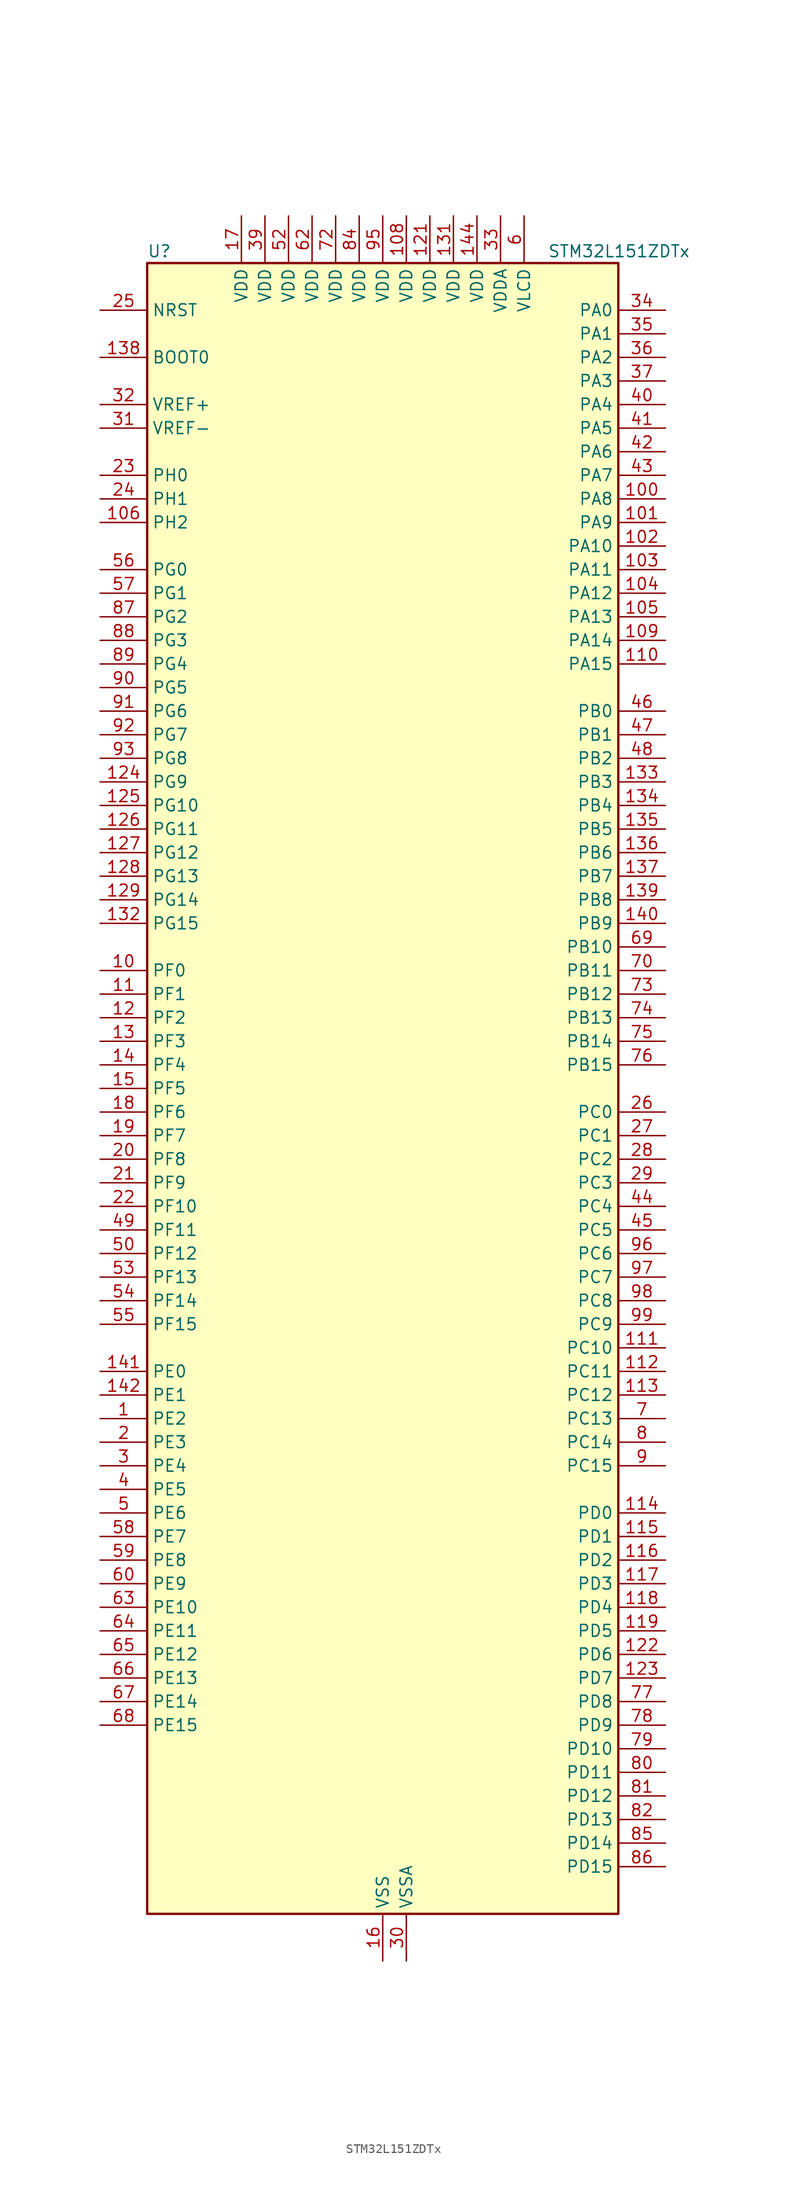
<source format=kicad_sym>
(kicad_symbol_lib
  (version 20241209)
  (generator "kicad_symbol_editor")
  (generator_version "9.0")
  (symbol "STM32L151ZDTx"
    (property "Reference" "U"
      (at -25.4 90.17 0)
      (effects (font (size 1.27 1.27)) (justify left)))
    (property "Value" "STM32L151ZDTx"
      (at 17.78 90.17 0)
      (effects (font (size 1.27 1.27)) (justify left)))
    (symbol "STM32L151ZDTx_0_1"
      (rectangle (start -25.4 -88.9) (end 25.4 88.9) (stroke (width 0.254) (type default)) (fill (type background))))
    (symbol "STM32L151ZDTx_1_1"
      (pin input line (at -30.48 83.82 0) (length 5.08) (name "NRST" (effects (font (size 1.27 1.27)))) (number "25" (effects (font (size 1.27 1.27)))))
      (pin input line (at -30.48 78.74 0) (length 5.08) (name "BOOT0" (effects (font (size 1.27 1.27)))) (number "138" (effects (font (size 1.27 1.27)))))
      (pin input line (at -30.48 73.66 0) (length 5.08) (name "VREF+" (effects (font (size 1.27 1.27)))) (number "32" (effects (font (size 1.27 1.27)))))
      (pin input line (at -30.48 71.12 0) (length 5.08) (name "VREF-" (effects (font (size 1.27 1.27)))) (number "31" (effects (font (size 1.27 1.27)))))
      (pin bidirectional line (at -30.48 66.04 0) (length 5.08) (name "PH0" (effects (font (size 1.27 1.27)))) (number "23" (effects (font (size 1.27 1.27)))) (alternate "RCC_OSC_IN" bidirectional line))
      (pin bidirectional line (at -30.48 63.5 0) (length 5.08) (name "PH1" (effects (font (size 1.27 1.27)))) (number "24" (effects (font (size 1.27 1.27)))) (alternate "RCC_OSC_OUT" bidirectional line))
      (pin bidirectional line (at -30.48 60.96 0) (length 5.08) (name "PH2" (effects (font (size 1.27 1.27)))) (number "106" (effects (font (size 1.27 1.27)))) (alternate "FSMC_A22" bidirectional line))
      (pin bidirectional line (at -30.48 55.88 0) (length 5.08) (name "PG0" (effects (font (size 1.27 1.27)))) (number "56" (effects (font (size 1.27 1.27)))) (alternate "ADC_IN8b" bidirectional line) (alternate "FSMC_A10" bidirectional line) (alternate "TS_G2_IO4" bidirectional line))
      (pin bidirectional line (at -30.48 53.34 0) (length 5.08) (name "PG1" (effects (font (size 1.27 1.27)))) (number "57" (effects (font (size 1.27 1.27)))) (alternate "ADC_IN9b" bidirectional line) (alternate "FSMC_A11" bidirectional line) (alternate "TS_G2_IO5" bidirectional line))
      (pin bidirectional line (at -30.48 50.8 0) (length 5.08) (name "PG2" (effects (font (size 1.27 1.27)))) (number "87" (effects (font (size 1.27 1.27)))) (alternate "ADC_IN10b" bidirectional line) (alternate "FSMC_A12" bidirectional line) (alternate "TS_G7_IO5" bidirectional line))
      (pin bidirectional line (at -30.48 48.26 0) (length 5.08) (name "PG3" (effects (font (size 1.27 1.27)))) (number "88" (effects (font (size 1.27 1.27)))) (alternate "ADC_IN11b" bidirectional line) (alternate "FSMC_A13" bidirectional line) (alternate "TS_G7_IO6" bidirectional line))
      (pin bidirectional line (at -30.48 45.72 0) (length 5.08) (name "PG4" (effects (font (size 1.27 1.27)))) (number "89" (effects (font (size 1.27 1.27)))) (alternate "ADC_IN12b" bidirectional line) (alternate "FSMC_A14" bidirectional line) (alternate "TS_G7_IO7" bidirectional line))
      (pin bidirectional line (at -30.48 43.18 0) (length 5.08) (name "PG5" (effects (font (size 1.27 1.27)))) (number "90" (effects (font (size 1.27 1.27)))) (alternate "FSMC_A15" bidirectional line))
      (pin bidirectional line (at -30.48 40.64 0) (length 5.08) (name "PG6" (effects (font (size 1.27 1.27)))) (number "91" (effects (font (size 1.27 1.27)))))
      (pin bidirectional line (at -30.48 38.1 0) (length 5.08) (name "PG7" (effects (font (size 1.27 1.27)))) (number "92" (effects (font (size 1.27 1.27)))))
      (pin bidirectional line (at -30.48 35.56 0) (length 5.08) (name "PG8" (effects (font (size 1.27 1.27)))) (number "93" (effects (font (size 1.27 1.27)))))
      (pin bidirectional line (at -30.48 33.02 0) (length 5.08) (name "PG9" (effects (font (size 1.27 1.27)))) (number "124" (effects (font (size 1.27 1.27)))) (alternate "DAC_EXTI9" bidirectional line) (alternate "FSMC_NE2" bidirectional line))
      (pin bidirectional line (at -30.48 30.48 0) (length 5.08) (name "PG10" (effects (font (size 1.27 1.27)))) (number "125" (effects (font (size 1.27 1.27)))) (alternate "FSMC_NE3" bidirectional line))
      (pin bidirectional line (at -30.48 27.94 0) (length 5.08) (name "PG11" (effects (font (size 1.27 1.27)))) (number "126" (effects (font (size 1.27 1.27)))) (alternate "ADC_EXTI11" bidirectional line))
      (pin bidirectional line (at -30.48 25.4 0) (length 5.08) (name "PG12" (effects (font (size 1.27 1.27)))) (number "127" (effects (font (size 1.27 1.27)))) (alternate "FSMC_NE4" bidirectional line))
      (pin bidirectional line (at -30.48 22.86 0) (length 5.08) (name "PG13" (effects (font (size 1.27 1.27)))) (number "128" (effects (font (size 1.27 1.27)))) (alternate "FSMC_A24" bidirectional line))
      (pin bidirectional line (at -30.48 20.32 0) (length 5.08) (name "PG14" (effects (font (size 1.27 1.27)))) (number "129" (effects (font (size 1.27 1.27)))) (alternate "FSMC_A25" bidirectional line))
      (pin bidirectional line (at -30.48 17.78 0) (length 5.08) (name "PG15" (effects (font (size 1.27 1.27)))) (number "132" (effects (font (size 1.27 1.27)))) (alternate "ADC_EXTI15" bidirectional line))
      (pin bidirectional line (at -30.48 12.7 0) (length 5.08) (name "PF0" (effects (font (size 1.27 1.27)))) (number "10" (effects (font (size 1.27 1.27)))) (alternate "FSMC_A0" bidirectional line))
      (pin bidirectional line (at -30.48 10.16 0) (length 5.08) (name "PF1" (effects (font (size 1.27 1.27)))) (number "11" (effects (font (size 1.27 1.27)))) (alternate "FSMC_A1" bidirectional line))
      (pin bidirectional line (at -30.48 7.62 0) (length 5.08) (name "PF2" (effects (font (size 1.27 1.27)))) (number "12" (effects (font (size 1.27 1.27)))) (alternate "FSMC_A2" bidirectional line))
      (pin bidirectional line (at -30.48 5.08 0) (length 5.08) (name "PF3" (effects (font (size 1.27 1.27)))) (number "13" (effects (font (size 1.27 1.27)))) (alternate "FSMC_A3" bidirectional line))
      (pin bidirectional line (at -30.48 2.54 0) (length 5.08) (name "PF4" (effects (font (size 1.27 1.27)))) (number "14" (effects (font (size 1.27 1.27)))) (alternate "FSMC_A4" bidirectional line))
      (pin bidirectional line (at -30.48 0 0) (length 5.08) (name "PF5" (effects (font (size 1.27 1.27)))) (number "15" (effects (font (size 1.27 1.27)))) (alternate "FSMC_A5" bidirectional line))
      (pin bidirectional line (at -30.48 -2.54 0) (length 5.08) (name "PF6" (effects (font (size 1.27 1.27)))) (number "18" (effects (font (size 1.27 1.27)))) (alternate "ADC_IN27" bidirectional line) (alternate "TIM5_CH1" bidirectional line) (alternate "TIM5_ETR" bidirectional line) (alternate "TS_G11_IO1" bidirectional line))
      (pin bidirectional line (at -30.48 -5.08 0) (length 5.08) (name "PF7" (effects (font (size 1.27 1.27)))) (number "19" (effects (font (size 1.27 1.27)))) (alternate "ADC_IN28" bidirectional line) (alternate "COMP1_INP" bidirectional line) (alternate "TIM5_CH2" bidirectional line) (alternate "TS_G11_IO2" bidirectional line))
      (pin bidirectional line (at -30.48 -7.62 0) (length 5.08) (name "PF8" (effects (font (size 1.27 1.27)))) (number "20" (effects (font (size 1.27 1.27)))) (alternate "ADC_IN29" bidirectional line) (alternate "COMP1_INP" bidirectional line) (alternate "TIM5_CH3" bidirectional line) (alternate "TS_G11_IO3" bidirectional line))
      (pin bidirectional line (at -30.48 -10.16 0) (length 5.08) (name "PF9" (effects (font (size 1.27 1.27)))) (number "21" (effects (font (size 1.27 1.27)))) (alternate "ADC_IN30" bidirectional line) (alternate "COMP1_INP" bidirectional line) (alternate "DAC_EXTI9" bidirectional line) (alternate "TIM5_CH4" bidirectional line) (alternate "TS_G11_IO4" bidirectional line))
      (pin bidirectional line (at -30.48 -12.7 0) (length 5.08) (name "PF10" (effects (font (size 1.27 1.27)))) (number "22" (effects (font (size 1.27 1.27)))) (alternate "ADC_IN31" bidirectional line) (alternate "COMP1_INP" bidirectional line) (alternate "TS_G11_IO5" bidirectional line))
      (pin bidirectional line (at -30.48 -15.24 0) (length 5.08) (name "PF11" (effects (font (size 1.27 1.27)))) (number "49" (effects (font (size 1.27 1.27)))) (alternate "ADC_EXTI11" bidirectional line) (alternate "ADC_IN1b" bidirectional line) (alternate "TS_G3_IO4" bidirectional line))
      (pin bidirectional line (at -30.48 -17.78 0) (length 5.08) (name "PF12" (effects (font (size 1.27 1.27)))) (number "50" (effects (font (size 1.27 1.27)))) (alternate "ADC_IN2b" bidirectional line) (alternate "FSMC_A6" bidirectional line) (alternate "TS_G3_IO5" bidirectional line))
      (pin bidirectional line (at -30.48 -20.32 0) (length 5.08) (name "PF13" (effects (font (size 1.27 1.27)))) (number "53" (effects (font (size 1.27 1.27)))) (alternate "ADC_IN3b" bidirectional line) (alternate "FSMC_A7" bidirectional line) (alternate "TS_G9_IO3" bidirectional line))
      (pin bidirectional line (at -30.48 -22.86 0) (length 5.08) (name "PF14" (effects (font (size 1.27 1.27)))) (number "54" (effects (font (size 1.27 1.27)))) (alternate "ADC_IN6b" bidirectional line) (alternate "FSMC_A8" bidirectional line) (alternate "TS_G9_IO4" bidirectional line))
      (pin bidirectional line (at -30.48 -25.4 0) (length 5.08) (name "PF15" (effects (font (size 1.27 1.27)))) (number "55" (effects (font (size 1.27 1.27)))) (alternate "ADC_EXTI15" bidirectional line) (alternate "ADC_IN7b" bidirectional line) (alternate "FSMC_A9" bidirectional line) (alternate "TS_G2_IO3" bidirectional line))
      (pin bidirectional line (at -30.48 -30.48 0) (length 5.08) (name "PE0" (effects (font (size 1.27 1.27)))) (number "141" (effects (font (size 1.27 1.27)))) (alternate "FSMC_NBL0" bidirectional line) (alternate "TIM10_CH1" bidirectional line) (alternate "TIM4_ETR" bidirectional line) (alternate "TIMX_IC1" bidirectional line))
      (pin bidirectional line (at -30.48 -33.02 0) (length 5.08) (name "PE1" (effects (font (size 1.27 1.27)))) (number "142" (effects (font (size 1.27 1.27)))) (alternate "FSMC_NBL1" bidirectional line) (alternate "TIM11_CH1" bidirectional line) (alternate "TIMX_IC2" bidirectional line))
      (pin bidirectional line (at -30.48 -35.56 0) (length 5.08) (name "PE2" (effects (font (size 1.27 1.27)))) (number "1" (effects (font (size 1.27 1.27)))) (alternate "FSMC_A23" bidirectional line) (alternate "SYS_TRACECK" bidirectional line) (alternate "TIM3_ETR" bidirectional line) (alternate "TIMX_IC3" bidirectional line))
      (pin bidirectional line (at -30.48 -38.1 0) (length 5.08) (name "PE3" (effects (font (size 1.27 1.27)))) (number "2" (effects (font (size 1.27 1.27)))) (alternate "FSMC_A19" bidirectional line) (alternate "SYS_TRACED0" bidirectional line) (alternate "TIM3_CH1" bidirectional line) (alternate "TIMX_IC4" bidirectional line))
      (pin bidirectional line (at -30.48 -40.64 0) (length 5.08) (name "PE4" (effects (font (size 1.27 1.27)))) (number "3" (effects (font (size 1.27 1.27)))) (alternate "FSMC_A20" bidirectional line) (alternate "SYS_TRACED1" bidirectional line) (alternate "TIM3_CH2" bidirectional line) (alternate "TIMX_IC1" bidirectional line))
      (pin bidirectional line (at -30.48 -43.18 0) (length 5.08) (name "PE5" (effects (font (size 1.27 1.27)))) (number "4" (effects (font (size 1.27 1.27)))) (alternate "FSMC_A21" bidirectional line) (alternate "SYS_TRACED2" bidirectional line) (alternate "TIM9_CH1" bidirectional line) (alternate "TIMX_IC2" bidirectional line))
      (pin bidirectional line (at -30.48 -45.72 0) (length 5.08) (name "PE6" (effects (font (size 1.27 1.27)))) (number "5" (effects (font (size 1.27 1.27)))) (alternate "RTC_TAMP3" bidirectional line) (alternate "SYS_TRACED3" bidirectional line) (alternate "SYS_WKUP3" bidirectional line) (alternate "TIM9_CH2" bidirectional line) (alternate "TIMX_IC3" bidirectional line))
      (pin bidirectional line (at -30.48 -48.26 0) (length 5.08) (name "PE7" (effects (font (size 1.27 1.27)))) (number "58" (effects (font (size 1.27 1.27)))) (alternate "ADC_IN22" bidirectional line) (alternate "COMP1_INP" bidirectional line) (alternate "FSMC_D4" bidirectional line) (alternate "FSMC_DA4" bidirectional line) (alternate "TIMX_IC4" bidirectional line))
      (pin bidirectional line (at -30.48 -50.8 0) (length 5.08) (name "PE8" (effects (font (size 1.27 1.27)))) (number "59" (effects (font (size 1.27 1.27)))) (alternate "ADC_IN23" bidirectional line) (alternate "COMP1_INP" bidirectional line) (alternate "FSMC_D5" bidirectional line) (alternate "FSMC_DA5" bidirectional line) (alternate "TIMX_IC1" bidirectional line))
      (pin bidirectional line (at -30.48 -53.34 0) (length 5.08) (name "PE9" (effects (font (size 1.27 1.27)))) (number "60" (effects (font (size 1.27 1.27)))) (alternate "ADC_IN24" bidirectional line) (alternate "COMP1_INP" bidirectional line) (alternate "DAC_EXTI9" bidirectional line) (alternate "FSMC_D6" bidirectional line) (alternate "FSMC_DA6" bidirectional line) (alternate "TIM2_CH1" bidirectional line) (alternate "TIM2_ETR" bidirectional line) (alternate "TIMX_IC2" bidirectional line))
      (pin bidirectional line (at -30.48 -55.88 0) (length 5.08) (name "PE10" (effects (font (size 1.27 1.27)))) (number "63" (effects (font (size 1.27 1.27)))) (alternate "ADC_IN25" bidirectional line) (alternate "COMP1_INP" bidirectional line) (alternate "FSMC_D7" bidirectional line) (alternate "FSMC_DA7" bidirectional line) (alternate "TIM2_CH2" bidirectional line) (alternate "TIMX_IC3" bidirectional line))
      (pin bidirectional line (at -30.48 -58.42 0) (length 5.08) (name "PE11" (effects (font (size 1.27 1.27)))) (number "64" (effects (font (size 1.27 1.27)))) (alternate "ADC_EXTI11" bidirectional line) (alternate "FSMC_D8" bidirectional line) (alternate "FSMC_DA8" bidirectional line) (alternate "TIM2_CH3" bidirectional line) (alternate "TIMX_IC4" bidirectional line))
      (pin bidirectional line (at -30.48 -60.96 0) (length 5.08) (name "PE12" (effects (font (size 1.27 1.27)))) (number "65" (effects (font (size 1.27 1.27)))) (alternate "FSMC_D9" bidirectional line) (alternate "FSMC_DA9" bidirectional line) (alternate "SPI1_NSS" bidirectional line) (alternate "TIM2_CH4" bidirectional line) (alternate "TIMX_IC1" bidirectional line))
      (pin bidirectional line (at -30.48 -63.5 0) (length 5.08) (name "PE13" (effects (font (size 1.27 1.27)))) (number "66" (effects (font (size 1.27 1.27)))) (alternate "FSMC_D10" bidirectional line) (alternate "FSMC_DA10" bidirectional line) (alternate "SPI1_SCK" bidirectional line) (alternate "TIMX_IC2" bidirectional line))
      (pin bidirectional line (at -30.48 -66.04 0) (length 5.08) (name "PE14" (effects (font (size 1.27 1.27)))) (number "67" (effects (font (size 1.27 1.27)))) (alternate "FSMC_D11" bidirectional line) (alternate "FSMC_DA11" bidirectional line) (alternate "SPI1_MISO" bidirectional line) (alternate "TIMX_IC3" bidirectional line))
      (pin bidirectional line (at -30.48 -68.58 0) (length 5.08) (name "PE15" (effects (font (size 1.27 1.27)))) (number "68" (effects (font (size 1.27 1.27)))) (alternate "ADC_EXTI15" bidirectional line) (alternate "FSMC_D12" bidirectional line) (alternate "FSMC_DA12" bidirectional line) (alternate "SPI1_MOSI" bidirectional line) (alternate "TIMX_IC4" bidirectional line))
      (pin power_in line (at -15.24 93.98 270) (length 5.08) (name "VDD" (effects (font (size 1.27 1.27)))) (number "17" (effects (font (size 1.27 1.27)))))
      (pin power_in line (at -12.7 93.98 270) (length 5.08) (name "VDD" (effects (font (size 1.27 1.27)))) (number "39" (effects (font (size 1.27 1.27)))))
      (pin power_in line (at -10.16 93.98 270) (length 5.08) (name "VDD" (effects (font (size 1.27 1.27)))) (number "52" (effects (font (size 1.27 1.27)))))
      (pin power_in line (at -7.62 93.98 270) (length 5.08) (name "VDD" (effects (font (size 1.27 1.27)))) (number "62" (effects (font (size 1.27 1.27)))))
      (pin power_in line (at -5.08 93.98 270) (length 5.08) (name "VDD" (effects (font (size 1.27 1.27)))) (number "72" (effects (font (size 1.27 1.27)))))
      (pin power_in line (at -2.54 93.98 270) (length 5.08) (name "VDD" (effects (font (size 1.27 1.27)))) (number "84" (effects (font (size 1.27 1.27)))))
      (pin power_in line (at 0 93.98 270) (length 5.08) (name "VDD" (effects (font (size 1.27 1.27)))) (number "95" (effects (font (size 1.27 1.27)))))
      (pin passive line (at 0 -93.98 90) (length 5.08) (hide yes) (name "VSS" (effects (font (size 1.27 1.27)))) (number "107" (effects (font (size 1.27 1.27)))))
      (pin passive line (at 0 -93.98 90) (length 5.08) (hide yes) (name "VSS" (effects (font (size 1.27 1.27)))) (number "120" (effects (font (size 1.27 1.27)))))
      (pin passive line (at 0 -93.98 90) (length 5.08) (hide yes) (name "VSS" (effects (font (size 1.27 1.27)))) (number "130" (effects (font (size 1.27 1.27)))))
      (pin passive line (at 0 -93.98 90) (length 5.08) (hide yes) (name "VSS" (effects (font (size 1.27 1.27)))) (number "143" (effects (font (size 1.27 1.27)))))
      (pin power_in line (at 0 -93.98 90) (length 5.08) (name "VSS" (effects (font (size 1.27 1.27)))) (number "16" (effects (font (size 1.27 1.27)))))
      (pin passive line (at 0 -93.98 90) (length 5.08) (hide yes) (name "VSS" (effects (font (size 1.27 1.27)))) (number "38" (effects (font (size 1.27 1.27)))))
      (pin passive line (at 0 -93.98 90) (length 5.08) (hide yes) (name "VSS" (effects (font (size 1.27 1.27)))) (number "51" (effects (font (size 1.27 1.27)))))
      (pin passive line (at 0 -93.98 90) (length 5.08) (hide yes) (name "VSS" (effects (font (size 1.27 1.27)))) (number "61" (effects (font (size 1.27 1.27)))))
      (pin passive line (at 0 -93.98 90) (length 5.08) (hide yes) (name "VSS" (effects (font (size 1.27 1.27)))) (number "71" (effects (font (size 1.27 1.27)))))
      (pin passive line (at 0 -93.98 90) (length 5.08) (hide yes) (name "VSS" (effects (font (size 1.27 1.27)))) (number "83" (effects (font (size 1.27 1.27)))))
      (pin passive line (at 0 -93.98 90) (length 5.08) (hide yes) (name "VSS" (effects (font (size 1.27 1.27)))) (number "94" (effects (font (size 1.27 1.27)))))
      (pin power_in line (at 2.54 93.98 270) (length 5.08) (name "VDD" (effects (font (size 1.27 1.27)))) (number "108" (effects (font (size 1.27 1.27)))))
      (pin power_in line (at 2.54 -93.98 90) (length 5.08) (name "VSSA" (effects (font (size 1.27 1.27)))) (number "30" (effects (font (size 1.27 1.27)))))
      (pin power_in line (at 5.08 93.98 270) (length 5.08) (name "VDD" (effects (font (size 1.27 1.27)))) (number "121" (effects (font (size 1.27 1.27)))))
      (pin power_in line (at 7.62 93.98 270) (length 5.08) (name "VDD" (effects (font (size 1.27 1.27)))) (number "131" (effects (font (size 1.27 1.27)))))
      (pin power_in line (at 10.16 93.98 270) (length 5.08) (name "VDD" (effects (font (size 1.27 1.27)))) (number "144" (effects (font (size 1.27 1.27)))))
      (pin power_in line (at 12.7 93.98 270) (length 5.08) (name "VDDA" (effects (font (size 1.27 1.27)))) (number "33" (effects (font (size 1.27 1.27)))))
      (pin power_in line (at 15.24 93.98 270) (length 5.08) (name "VLCD" (effects (font (size 1.27 1.27)))) (number "6" (effects (font (size 1.27 1.27)))))
      (pin bidirectional line (at 30.48 83.82 180) (length 5.08) (name "PA0" (effects (font (size 1.27 1.27)))) (number "34" (effects (font (size 1.27 1.27)))) (alternate "ADC_IN0" bidirectional line) (alternate "COMP1_INP" bidirectional line) (alternate "RTC_TAMP2" bidirectional line) (alternate "SYS_WKUP1" bidirectional line) (alternate "TIM2_CH1" bidirectional line) (alternate "TIM2_ETR" bidirectional line) (alternate "TIM5_CH1" bidirectional line) (alternate "TIMX_IC1" bidirectional line) (alternate "TS_G1_IO1" bidirectional line) (alternate "USART2_CTS" bidirectional line))
      (pin bidirectional line (at 30.48 81.28 180) (length 5.08) (name "PA1" (effects (font (size 1.27 1.27)))) (number "35" (effects (font (size 1.27 1.27)))) (alternate "ADC_IN1" bidirectional line) (alternate "COMP1_INP" bidirectional line) (alternate "OPAMP1_VINP" bidirectional line) (alternate "TIM2_CH2" bidirectional line) (alternate "TIM5_CH2" bidirectional line) (alternate "TIMX_IC2" bidirectional line) (alternate "TS_G1_IO2" bidirectional line) (alternate "USART2_RTS" bidirectional line))
      (pin bidirectional line (at 30.48 78.74 180) (length 5.08) (name "PA2" (effects (font (size 1.27 1.27)))) (number "36" (effects (font (size 1.27 1.27)))) (alternate "ADC_IN2" bidirectional line) (alternate "COMP1_INP" bidirectional line) (alternate "OPAMP1_VINM" bidirectional line) (alternate "TIM2_CH3" bidirectional line) (alternate "TIM5_CH3" bidirectional line) (alternate "TIM9_CH1" bidirectional line) (alternate "TIMX_IC3" bidirectional line) (alternate "TS_G1_IO3" bidirectional line) (alternate "USART2_TX" bidirectional line))
      (pin bidirectional line (at 30.48 76.2 180) (length 5.08) (name "PA3" (effects (font (size 1.27 1.27)))) (number "37" (effects (font (size 1.27 1.27)))) (alternate "ADC_IN3" bidirectional line) (alternate "COMP1_INP" bidirectional line) (alternate "OPAMP1_VOUT" bidirectional line) (alternate "TIM2_CH4" bidirectional line) (alternate "TIM5_CH4" bidirectional line) (alternate "TIM9_CH2" bidirectional line) (alternate "TIMX_IC4" bidirectional line) (alternate "TS_G1_IO4" bidirectional line) (alternate "USART2_RX" bidirectional line))
      (pin bidirectional line (at 30.48 73.66 180) (length 5.08) (name "PA4" (effects (font (size 1.27 1.27)))) (number "40" (effects (font (size 1.27 1.27)))) (alternate "ADC_IN4" bidirectional line) (alternate "COMP1_INP" bidirectional line) (alternate "DAC_OUT1" bidirectional line) (alternate "I2S3_WS" bidirectional line) (alternate "SPI1_NSS" bidirectional line) (alternate "SPI3_NSS" bidirectional line) (alternate "TIMX_IC1" bidirectional line) (alternate "USART2_CK" bidirectional line))
      (pin bidirectional line (at 30.48 71.12 180) (length 5.08) (name "PA5" (effects (font (size 1.27 1.27)))) (number "41" (effects (font (size 1.27 1.27)))) (alternate "ADC_IN5" bidirectional line) (alternate "COMP1_INP" bidirectional line) (alternate "DAC_OUT2" bidirectional line) (alternate "SPI1_SCK" bidirectional line) (alternate "TIM2_CH1" bidirectional line) (alternate "TIM2_ETR" bidirectional line) (alternate "TIMX_IC2" bidirectional line))
      (pin bidirectional line (at 30.48 68.58 180) (length 5.08) (name "PA6" (effects (font (size 1.27 1.27)))) (number "42" (effects (font (size 1.27 1.27)))) (alternate "ADC_IN6" bidirectional line) (alternate "COMP1_INP" bidirectional line) (alternate "OPAMP2_VINP" bidirectional line) (alternate "SPI1_MISO" bidirectional line) (alternate "TIM10_CH1" bidirectional line) (alternate "TIM3_CH1" bidirectional line) (alternate "TIMX_IC3" bidirectional line) (alternate "TS_G2_IO1" bidirectional line))
      (pin bidirectional line (at 30.48 66.04 180) (length 5.08) (name "PA7" (effects (font (size 1.27 1.27)))) (number "43" (effects (font (size 1.27 1.27)))) (alternate "ADC_IN7" bidirectional line) (alternate "COMP1_INP" bidirectional line) (alternate "OPAMP2_VINM" bidirectional line) (alternate "SPI1_MOSI" bidirectional line) (alternate "TIM11_CH1" bidirectional line) (alternate "TIM3_CH2" bidirectional line) (alternate "TIMX_IC4" bidirectional line) (alternate "TS_G2_IO2" bidirectional line))
      (pin bidirectional line (at 30.48 63.5 180) (length 5.08) (name "PA8" (effects (font (size 1.27 1.27)))) (number "100" (effects (font (size 1.27 1.27)))) (alternate "RCC_MCO" bidirectional line) (alternate "TIMX_IC1" bidirectional line) (alternate "TS_G4_IO1" bidirectional line) (alternate "USART1_CK" bidirectional line))
      (pin bidirectional line (at 30.48 60.96 180) (length 5.08) (name "PA9" (effects (font (size 1.27 1.27)))) (number "101" (effects (font (size 1.27 1.27)))) (alternate "DAC_EXTI9" bidirectional line) (alternate "TIMX_IC2" bidirectional line) (alternate "TS_G4_IO2" bidirectional line) (alternate "USART1_TX" bidirectional line))
      (pin bidirectional line (at 30.48 58.42 180) (length 5.08) (name "PA10" (effects (font (size 1.27 1.27)))) (number "102" (effects (font (size 1.27 1.27)))) (alternate "TIMX_IC3" bidirectional line) (alternate "TS_G4_IO3" bidirectional line) (alternate "USART1_RX" bidirectional line))
      (pin bidirectional line (at 30.48 55.88 180) (length 5.08) (name "PA11" (effects (font (size 1.27 1.27)))) (number "103" (effects (font (size 1.27 1.27)))) (alternate "ADC_EXTI11" bidirectional line) (alternate "SPI1_MISO" bidirectional line) (alternate "TIMX_IC4" bidirectional line) (alternate "USART1_CTS" bidirectional line) (alternate "USB_DM" bidirectional line))
      (pin bidirectional line (at 30.48 53.34 180) (length 5.08) (name "PA12" (effects (font (size 1.27 1.27)))) (number "104" (effects (font (size 1.27 1.27)))) (alternate "SPI1_MOSI" bidirectional line) (alternate "TIMX_IC1" bidirectional line) (alternate "USART1_RTS" bidirectional line) (alternate "USB_DP" bidirectional line))
      (pin bidirectional line (at 30.48 50.8 180) (length 5.08) (name "PA13" (effects (font (size 1.27 1.27)))) (number "105" (effects (font (size 1.27 1.27)))) (alternate "SYS_JTMS-SWDIO" bidirectional line) (alternate "TIMX_IC2" bidirectional line) (alternate "TS_G5_IO1" bidirectional line))
      (pin bidirectional line (at 30.48 48.26 180) (length 5.08) (name "PA14" (effects (font (size 1.27 1.27)))) (number "109" (effects (font (size 1.27 1.27)))) (alternate "SYS_JTCK-SWCLK" bidirectional line) (alternate "TIMX_IC3" bidirectional line) (alternate "TS_G5_IO2" bidirectional line))
      (pin bidirectional line (at 30.48 45.72 180) (length 5.08) (name "PA15" (effects (font (size 1.27 1.27)))) (number "110" (effects (font (size 1.27 1.27)))) (alternate "ADC_EXTI15" bidirectional line) (alternate "I2S3_WS" bidirectional line) (alternate "SPI1_NSS" bidirectional line) (alternate "SPI3_NSS" bidirectional line) (alternate "SYS_JTDI" bidirectional line) (alternate "TIM2_CH1" bidirectional line) (alternate "TIM2_ETR" bidirectional line) (alternate "TIMX_IC4" bidirectional line) (alternate "TS_G5_IO3" bidirectional line))
      (pin bidirectional line (at 30.48 40.64 180) (length 5.08) (name "PB0" (effects (font (size 1.27 1.27)))) (number "46" (effects (font (size 1.27 1.27)))) (alternate "ADC_IN8" bidirectional line) (alternate "COMP1_INP" bidirectional line) (alternate "OPAMP2_VOUT" bidirectional line) (alternate "SYS_V_REF_OUT" bidirectional line) (alternate "TIM3_CH3" bidirectional line) (alternate "TS_G3_IO1" bidirectional line))
      (pin bidirectional line (at 30.48 38.1 180) (length 5.08) (name "PB1" (effects (font (size 1.27 1.27)))) (number "47" (effects (font (size 1.27 1.27)))) (alternate "ADC_IN9" bidirectional line) (alternate "COMP1_INP" bidirectional line) (alternate "SYS_V_REF_OUT" bidirectional line) (alternate "TIM3_CH4" bidirectional line) (alternate "TS_G3_IO2" bidirectional line))
      (pin bidirectional line (at 30.48 35.56 180) (length 5.08) (name "PB2" (effects (font (size 1.27 1.27)))) (number "48" (effects (font (size 1.27 1.27)))) (alternate "ADC_IN0b" bidirectional line) (alternate "TS_G3_IO3" bidirectional line))
      (pin bidirectional line (at 30.48 33.02 180) (length 5.08) (name "PB3" (effects (font (size 1.27 1.27)))) (number "133" (effects (font (size 1.27 1.27)))) (alternate "COMP2_INM" bidirectional line) (alternate "I2S3_CK" bidirectional line) (alternate "SPI1_SCK" bidirectional line) (alternate "SPI3_SCK" bidirectional line) (alternate "SYS_JTDO-TRACESWO" bidirectional line) (alternate "TIM2_CH2" bidirectional line))
      (pin bidirectional line (at 30.48 30.48 180) (length 5.08) (name "PB4" (effects (font (size 1.27 1.27)))) (number "134" (effects (font (size 1.27 1.27)))) (alternate "COMP2_INP" bidirectional line) (alternate "SPI1_MISO" bidirectional line) (alternate "SPI3_MISO" bidirectional line) (alternate "SYS_JTRST" bidirectional line) (alternate "TIM3_CH1" bidirectional line) (alternate "TS_G6_IO1" bidirectional line))
      (pin bidirectional line (at 30.48 27.94 180) (length 5.08) (name "PB5" (effects (font (size 1.27 1.27)))) (number "135" (effects (font (size 1.27 1.27)))) (alternate "COMP2_INP" bidirectional line) (alternate "I2C1_SMBA" bidirectional line) (alternate "I2S3_SD" bidirectional line) (alternate "SPI1_MOSI" bidirectional line) (alternate "SPI3_MOSI" bidirectional line) (alternate "TIM3_CH2" bidirectional line) (alternate "TS_G6_IO2" bidirectional line))
      (pin bidirectional line (at 30.48 25.4 180) (length 5.08) (name "PB6" (effects (font (size 1.27 1.27)))) (number "136" (effects (font (size 1.27 1.27)))) (alternate "COMP2_INP" bidirectional line) (alternate "I2C1_SCL" bidirectional line) (alternate "TIM4_CH1" bidirectional line) (alternate "TS_G6_IO3" bidirectional line) (alternate "USART1_TX" bidirectional line))
      (pin bidirectional line (at 30.48 22.86 180) (length 5.08) (name "PB7" (effects (font (size 1.27 1.27)))) (number "137" (effects (font (size 1.27 1.27)))) (alternate "COMP2_INP" bidirectional line) (alternate "FSMC_NL" bidirectional line) (alternate "I2C1_SDA" bidirectional line) (alternate "SYS_PVD_IN" bidirectional line) (alternate "TIM4_CH2" bidirectional line) (alternate "TS_G6_IO4" bidirectional line) (alternate "USART1_RX" bidirectional line))
      (pin bidirectional line (at 30.48 20.32 180) (length 5.08) (name "PB8" (effects (font (size 1.27 1.27)))) (number "139" (effects (font (size 1.27 1.27)))) (alternate "I2C1_SCL" bidirectional line) (alternate "SDIO_D4" bidirectional line) (alternate "TIM10_CH1" bidirectional line) (alternate "TIM4_CH3" bidirectional line))
      (pin bidirectional line (at 30.48 17.78 180) (length 5.08) (name "PB9" (effects (font (size 1.27 1.27)))) (number "140" (effects (font (size 1.27 1.27)))) (alternate "DAC_EXTI9" bidirectional line) (alternate "I2C1_SDA" bidirectional line) (alternate "SDIO_D5" bidirectional line) (alternate "TIM11_CH1" bidirectional line) (alternate "TIM4_CH4" bidirectional line))
      (pin bidirectional line (at 30.48 15.24 180) (length 5.08) (name "PB10" (effects (font (size 1.27 1.27)))) (number "69" (effects (font (size 1.27 1.27)))) (alternate "I2C2_SCL" bidirectional line) (alternate "TIM2_CH3" bidirectional line) (alternate "USART3_TX" bidirectional line))
      (pin bidirectional line (at 30.48 12.7 180) (length 5.08) (name "PB11" (effects (font (size 1.27 1.27)))) (number "70" (effects (font (size 1.27 1.27)))) (alternate "ADC_EXTI11" bidirectional line) (alternate "I2C2_SDA" bidirectional line) (alternate "TIM2_CH4" bidirectional line) (alternate "USART3_RX" bidirectional line))
      (pin bidirectional line (at 30.48 10.16 180) (length 5.08) (name "PB12" (effects (font (size 1.27 1.27)))) (number "73" (effects (font (size 1.27 1.27)))) (alternate "ADC_IN18" bidirectional line) (alternate "COMP1_INP" bidirectional line) (alternate "I2C2_SMBA" bidirectional line) (alternate "I2S2_WS" bidirectional line) (alternate "SPI2_NSS" bidirectional line) (alternate "TIM10_CH1" bidirectional line) (alternate "TS_G7_IO1" bidirectional line) (alternate "USART3_CK" bidirectional line))
      (pin bidirectional line (at 30.48 7.62 180) (length 5.08) (name "PB13" (effects (font (size 1.27 1.27)))) (number "74" (effects (font (size 1.27 1.27)))) (alternate "ADC_IN19" bidirectional line) (alternate "COMP1_INP" bidirectional line) (alternate "I2S2_CK" bidirectional line) (alternate "SPI2_SCK" bidirectional line) (alternate "TIM9_CH1" bidirectional line) (alternate "TS_G7_IO2" bidirectional line) (alternate "USART3_CTS" bidirectional line))
      (pin bidirectional line (at 30.48 5.08 180) (length 5.08) (name "PB14" (effects (font (size 1.27 1.27)))) (number "75" (effects (font (size 1.27 1.27)))) (alternate "ADC_IN20" bidirectional line) (alternate "COMP1_INP" bidirectional line) (alternate "SPI2_MISO" bidirectional line) (alternate "TIM9_CH2" bidirectional line) (alternate "TS_G7_IO3" bidirectional line) (alternate "USART3_RTS" bidirectional line))
      (pin bidirectional line (at 30.48 2.54 180) (length 5.08) (name "PB15" (effects (font (size 1.27 1.27)))) (number "76" (effects (font (size 1.27 1.27)))) (alternate "ADC_EXTI15" bidirectional line) (alternate "ADC_IN21" bidirectional line) (alternate "COMP1_INP" bidirectional line) (alternate "I2S2_SD" bidirectional line) (alternate "RTC_REFIN" bidirectional line) (alternate "SPI2_MOSI" bidirectional line) (alternate "TIM11_CH1" bidirectional line) (alternate "TS_G7_IO4" bidirectional line))
      (pin bidirectional line (at 30.48 -2.54 180) (length 5.08) (name "PC0" (effects (font (size 1.27 1.27)))) (number "26" (effects (font (size 1.27 1.27)))) (alternate "ADC_IN10" bidirectional line) (alternate "COMP1_INP" bidirectional line) (alternate "TIMX_IC1" bidirectional line) (alternate "TS_G8_IO1" bidirectional line))
      (pin bidirectional line (at 30.48 -5.08 180) (length 5.08) (name "PC1" (effects (font (size 1.27 1.27)))) (number "27" (effects (font (size 1.27 1.27)))) (alternate "ADC_IN11" bidirectional line) (alternate "COMP1_INP" bidirectional line) (alternate "OPAMP3_VINP" bidirectional line) (alternate "TIMX_IC2" bidirectional line) (alternate "TS_G8_IO2" bidirectional line))
      (pin bidirectional line (at 30.48 -7.62 180) (length 5.08) (name "PC2" (effects (font (size 1.27 1.27)))) (number "28" (effects (font (size 1.27 1.27)))) (alternate "ADC_IN12" bidirectional line) (alternate "COMP1_INP" bidirectional line) (alternate "OPAMP3_VINM" bidirectional line) (alternate "TIMX_IC3" bidirectional line) (alternate "TS_G8_IO3" bidirectional line))
      (pin bidirectional line (at 30.48 -10.16 180) (length 5.08) (name "PC3" (effects (font (size 1.27 1.27)))) (number "29" (effects (font (size 1.27 1.27)))) (alternate "ADC_IN13" bidirectional line) (alternate "COMP1_INP" bidirectional line) (alternate "OPAMP3_VOUT" bidirectional line) (alternate "TIMX_IC4" bidirectional line) (alternate "TS_G8_IO4" bidirectional line))
      (pin bidirectional line (at 30.48 -12.7 180) (length 5.08) (name "PC4" (effects (font (size 1.27 1.27)))) (number "44" (effects (font (size 1.27 1.27)))) (alternate "ADC_IN14" bidirectional line) (alternate "COMP1_INP" bidirectional line) (alternate "TIMX_IC1" bidirectional line) (alternate "TS_G9_IO1" bidirectional line))
      (pin bidirectional line (at 30.48 -15.24 180) (length 5.08) (name "PC5" (effects (font (size 1.27 1.27)))) (number "45" (effects (font (size 1.27 1.27)))) (alternate "ADC_IN15" bidirectional line) (alternate "COMP1_INP" bidirectional line) (alternate "TIMX_IC2" bidirectional line) (alternate "TS_G9_IO2" bidirectional line))
      (pin bidirectional line (at 30.48 -17.78 180) (length 5.08) (name "PC6" (effects (font (size 1.27 1.27)))) (number "96" (effects (font (size 1.27 1.27)))) (alternate "I2S2_MCK" bidirectional line) (alternate "SDIO_D6" bidirectional line) (alternate "TIM3_CH1" bidirectional line) (alternate "TIMX_IC3" bidirectional line) (alternate "TS_G10_IO1" bidirectional line))
      (pin bidirectional line (at 30.48 -20.32 180) (length 5.08) (name "PC7" (effects (font (size 1.27 1.27)))) (number "97" (effects (font (size 1.27 1.27)))) (alternate "I2S3_MCK" bidirectional line) (alternate "SDIO_D7" bidirectional line) (alternate "TIM3_CH2" bidirectional line) (alternate "TIMX_IC4" bidirectional line) (alternate "TS_G10_IO2" bidirectional line))
      (pin bidirectional line (at 30.48 -22.86 180) (length 5.08) (name "PC8" (effects (font (size 1.27 1.27)))) (number "98" (effects (font (size 1.27 1.27)))) (alternate "SDIO_D0" bidirectional line) (alternate "TIM3_CH3" bidirectional line) (alternate "TIMX_IC1" bidirectional line) (alternate "TS_G10_IO3" bidirectional line))
      (pin bidirectional line (at 30.48 -25.4 180) (length 5.08) (name "PC9" (effects (font (size 1.27 1.27)))) (number "99" (effects (font (size 1.27 1.27)))) (alternate "DAC_EXTI9" bidirectional line) (alternate "SDIO_D1" bidirectional line) (alternate "TIM3_CH4" bidirectional line) (alternate "TIMX_IC2" bidirectional line) (alternate "TS_G10_IO4" bidirectional line))
      (pin bidirectional line (at 30.48 -27.94 180) (length 5.08) (name "PC10" (effects (font (size 1.27 1.27)))) (number "111" (effects (font (size 1.27 1.27)))) (alternate "I2S3_CK" bidirectional line) (alternate "SDIO_D2" bidirectional line) (alternate "SPI3_SCK" bidirectional line) (alternate "TIMX_IC3" bidirectional line) (alternate "UART4_TX" bidirectional line) (alternate "USART3_TX" bidirectional line))
      (pin bidirectional line (at 30.48 -30.48 180) (length 5.08) (name "PC11" (effects (font (size 1.27 1.27)))) (number "112" (effects (font (size 1.27 1.27)))) (alternate "ADC_EXTI11" bidirectional line) (alternate "SDIO_D3" bidirectional line) (alternate "SPI3_MISO" bidirectional line) (alternate "TIMX_IC4" bidirectional line) (alternate "UART4_RX" bidirectional line) (alternate "USART3_RX" bidirectional line))
      (pin bidirectional line (at 30.48 -33.02 180) (length 5.08) (name "PC12" (effects (font (size 1.27 1.27)))) (number "113" (effects (font (size 1.27 1.27)))) (alternate "I2S3_SD" bidirectional line) (alternate "SDIO_CK" bidirectional line) (alternate "SPI3_MOSI" bidirectional line) (alternate "TIMX_IC1" bidirectional line) (alternate "UART5_TX" bidirectional line) (alternate "USART3_CK" bidirectional line))
      (pin bidirectional line (at 30.48 -35.56 180) (length 5.08) (name "PC13" (effects (font (size 1.27 1.27)))) (number "7" (effects (font (size 1.27 1.27)))) (alternate "RTC_OUT_ALARM" bidirectional line) (alternate "RTC_OUT_CALIB" bidirectional line) (alternate "RTC_TAMP1" bidirectional line) (alternate "RTC_TS" bidirectional line) (alternate "SYS_WKUP2" bidirectional line) (alternate "TIMX_IC2" bidirectional line))
      (pin bidirectional line (at 30.48 -38.1 180) (length 5.08) (name "PC14" (effects (font (size 1.27 1.27)))) (number "8" (effects (font (size 1.27 1.27)))) (alternate "RCC_OSC32_IN" bidirectional line) (alternate "TIMX_IC3" bidirectional line))
      (pin bidirectional line (at 30.48 -40.64 180) (length 5.08) (name "PC15" (effects (font (size 1.27 1.27)))) (number "9" (effects (font (size 1.27 1.27)))) (alternate "ADC_EXTI15" bidirectional line) (alternate "RCC_OSC32_OUT" bidirectional line) (alternate "TIMX_IC4" bidirectional line))
      (pin bidirectional line (at 30.48 -45.72 180) (length 5.08) (name "PD0" (effects (font (size 1.27 1.27)))) (number "114" (effects (font (size 1.27 1.27)))) (alternate "FSMC_D2" bidirectional line) (alternate "FSMC_DA2" bidirectional line) (alternate "I2S2_WS" bidirectional line) (alternate "SPI2_NSS" bidirectional line) (alternate "TIM9_CH1" bidirectional line) (alternate "TIMX_IC1" bidirectional line))
      (pin bidirectional line (at 30.48 -48.26 180) (length 5.08) (name "PD1" (effects (font (size 1.27 1.27)))) (number "115" (effects (font (size 1.27 1.27)))) (alternate "FSMC_D3" bidirectional line) (alternate "FSMC_DA3" bidirectional line) (alternate "I2S2_CK" bidirectional line) (alternate "SPI2_SCK" bidirectional line) (alternate "TIMX_IC2" bidirectional line))
      (pin bidirectional line (at 30.48 -50.8 180) (length 5.08) (name "PD2" (effects (font (size 1.27 1.27)))) (number "116" (effects (font (size 1.27 1.27)))) (alternate "SDIO_CMD" bidirectional line) (alternate "TIM3_ETR" bidirectional line) (alternate "TIMX_IC3" bidirectional line) (alternate "UART5_RX" bidirectional line))
      (pin bidirectional line (at 30.48 -53.34 180) (length 5.08) (name "PD3" (effects (font (size 1.27 1.27)))) (number "117" (effects (font (size 1.27 1.27)))) (alternate "FSMC_CLK" bidirectional line) (alternate "SPI2_MISO" bidirectional line) (alternate "TIMX_IC4" bidirectional line) (alternate "USART2_CTS" bidirectional line))
      (pin bidirectional line (at 30.48 -55.88 180) (length 5.08) (name "PD4" (effects (font (size 1.27 1.27)))) (number "118" (effects (font (size 1.27 1.27)))) (alternate "FSMC_NOE" bidirectional line) (alternate "I2S2_SD" bidirectional line) (alternate "SPI2_MOSI" bidirectional line) (alternate "TIMX_IC1" bidirectional line) (alternate "USART2_RTS" bidirectional line))
      (pin bidirectional line (at 30.48 -58.42 180) (length 5.08) (name "PD5" (effects (font (size 1.27 1.27)))) (number "119" (effects (font (size 1.27 1.27)))) (alternate "FSMC_NWE" bidirectional line) (alternate "TIMX_IC2" bidirectional line) (alternate "USART2_TX" bidirectional line))
      (pin bidirectional line (at 30.48 -60.96 180) (length 5.08) (name "PD6" (effects (font (size 1.27 1.27)))) (number "122" (effects (font (size 1.27 1.27)))) (alternate "FSMC_NWAIT" bidirectional line) (alternate "TIMX_IC3" bidirectional line) (alternate "USART2_RX" bidirectional line))
      (pin bidirectional line (at 30.48 -63.5 180) (length 5.08) (name "PD7" (effects (font (size 1.27 1.27)))) (number "123" (effects (font (size 1.27 1.27)))) (alternate "FSMC_NE1" bidirectional line) (alternate "TIM9_CH2" bidirectional line) (alternate "TIMX_IC4" bidirectional line) (alternate "USART2_CK" bidirectional line))
      (pin bidirectional line (at 30.48 -66.04 180) (length 5.08) (name "PD8" (effects (font (size 1.27 1.27)))) (number "77" (effects (font (size 1.27 1.27)))) (alternate "FSMC_D13" bidirectional line) (alternate "FSMC_DA13" bidirectional line) (alternate "TIMX_IC1" bidirectional line) (alternate "USART3_TX" bidirectional line))
      (pin bidirectional line (at 30.48 -68.58 180) (length 5.08) (name "PD9" (effects (font (size 1.27 1.27)))) (number "78" (effects (font (size 1.27 1.27)))) (alternate "DAC_EXTI9" bidirectional line) (alternate "FSMC_D14" bidirectional line) (alternate "FSMC_DA14" bidirectional line) (alternate "TIMX_IC2" bidirectional line) (alternate "USART3_RX" bidirectional line))
      (pin bidirectional line (at 30.48 -71.12 180) (length 5.08) (name "PD10" (effects (font (size 1.27 1.27)))) (number "79" (effects (font (size 1.27 1.27)))) (alternate "FSMC_D15" bidirectional line) (alternate "FSMC_DA15" bidirectional line) (alternate "TIMX_IC3" bidirectional line) (alternate "USART3_CK" bidirectional line))
      (pin bidirectional line (at 30.48 -73.66 180) (length 5.08) (name "PD11" (effects (font (size 1.27 1.27)))) (number "80" (effects (font (size 1.27 1.27)))) (alternate "ADC_EXTI11" bidirectional line) (alternate "FSMC_A16" bidirectional line) (alternate "TIMX_IC4" bidirectional line) (alternate "USART3_CTS" bidirectional line))
      (pin bidirectional line (at 30.48 -76.2 180) (length 5.08) (name "PD12" (effects (font (size 1.27 1.27)))) (number "81" (effects (font (size 1.27 1.27)))) (alternate "FSMC_A17" bidirectional line) (alternate "TIM4_CH1" bidirectional line) (alternate "TIMX_IC1" bidirectional line) (alternate "USART3_RTS" bidirectional line))
      (pin bidirectional line (at 30.48 -78.74 180) (length 5.08) (name "PD13" (effects (font (size 1.27 1.27)))) (number "82" (effects (font (size 1.27 1.27)))) (alternate "FSMC_A18" bidirectional line) (alternate "TIM4_CH2" bidirectional line) (alternate "TIMX_IC2" bidirectional line))
      (pin bidirectional line (at 30.48 -81.28 180) (length 5.08) (name "PD14" (effects (font (size 1.27 1.27)))) (number "85" (effects (font (size 1.27 1.27)))) (alternate "FSMC_D0" bidirectional line) (alternate "FSMC_DA0" bidirectional line) (alternate "TIM4_CH3" bidirectional line) (alternate "TIMX_IC3" bidirectional line))
      (pin bidirectional line (at 30.48 -83.82 180) (length 5.08) (name "PD15" (effects (font (size 1.27 1.27)))) (number "86" (effects (font (size 1.27 1.27)))) (alternate "ADC_EXTI15" bidirectional line) (alternate "FSMC_D1" bidirectional line) (alternate "FSMC_DA1" bidirectional line) (alternate "TIM4_CH4" bidirectional line) (alternate "TIMX_IC4" bidirectional line)))))
</source>
